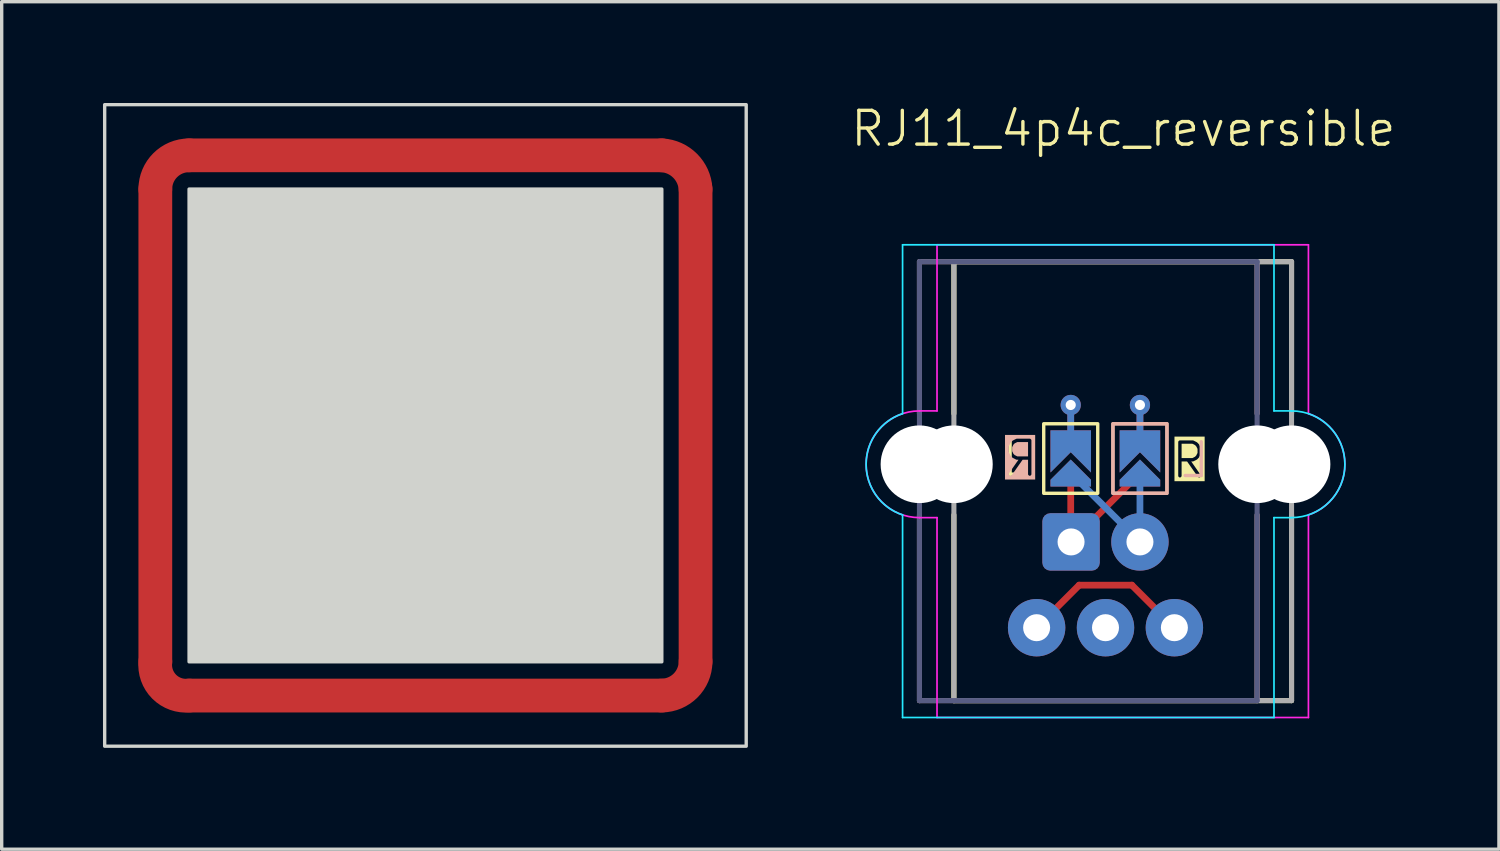
<source format=kicad_pcb>
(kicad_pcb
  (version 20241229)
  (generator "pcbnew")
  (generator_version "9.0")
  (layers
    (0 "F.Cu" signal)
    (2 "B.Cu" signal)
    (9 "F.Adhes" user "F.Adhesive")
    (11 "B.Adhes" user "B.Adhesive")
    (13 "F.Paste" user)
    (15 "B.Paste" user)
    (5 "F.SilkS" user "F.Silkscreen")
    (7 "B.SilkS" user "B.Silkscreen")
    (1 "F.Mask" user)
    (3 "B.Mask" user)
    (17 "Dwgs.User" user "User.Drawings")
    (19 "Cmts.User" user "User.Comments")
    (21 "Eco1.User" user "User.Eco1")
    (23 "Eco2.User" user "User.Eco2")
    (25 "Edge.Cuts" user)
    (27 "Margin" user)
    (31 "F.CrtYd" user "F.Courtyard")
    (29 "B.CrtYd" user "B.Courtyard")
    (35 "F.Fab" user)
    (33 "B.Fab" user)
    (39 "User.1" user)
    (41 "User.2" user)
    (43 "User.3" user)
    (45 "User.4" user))
  (footprint "RJ11_4p4c_reversible"
    (layer "F.Cu")
    (at 30.201 10.7)
    (property "Reference" "RJ11_4p4c_reversible" (at 0.02 -9.94 0) (unlocked yes) (layer "F.SilkS") (effects (font (size 1 1) (thickness 0.1))))
    (attr through_hole)
    (fp_line (start -2.55 4.84) (end -1.29 3.58) (stroke (width 0.2) (type default)) (layer "F.Cu"))
    (fp_line (start -1.54 -1.756) (end -1.54 -0.756) (stroke (width 0.2) (type default)) (layer "F.Cu"))
    (fp_line (start -1.54 0.26) (end -1.54 2.36) (stroke (width 0.2) (type default)) (layer "F.Cu"))
    (fp_line (start -1.53 2.3) (end 0.51 0.26) (stroke (width 0.2) (type default)) (layer "F.Cu"))
    (fp_line (start -1.29 3.58) (end 0.27 3.58) (stroke (width 0.2) (type default)) (layer "F.Cu"))
    (fp_line (start 0.51 -1.756) (end 0.51 -0.756) (stroke (width 0.2) (type default)) (layer "F.Cu"))
    (fp_line (start 1.53 4.84) (end 0.27 3.58) (stroke (width 0.2) (type default)) (layer "F.Cu"))
    (fp_poly (pts (xy -2.048 -0.502) (xy -1.032 -0.502) (xy -1.032 0.514) (xy -2.048 0.514)) (stroke (width 0.1) (type solid)) (fill yes) (layer "F.Mask"))
    (fp_poly (pts (xy 0.002 -0.502) (xy 1.018 -0.502) (xy 1.018 0.514) (xy 0.002 0.514)) (stroke (width 0.1) (type solid)) (fill yes) (layer "F.Mask"))
    (fp_line (start -1.54 -1.756) (end -1.54 -0.756) (stroke (width 0.2) (type default)) (layer "B.Cu"))
    (fp_line (start 0.51 -1.756) (end 0.51 -0.756) (stroke (width 0.2) (type default)) (layer "B.Cu"))
    (fp_line (start 0.51 0.26) (end 0.51 2.3) (stroke (width 0.2) (type default)) (layer "B.Cu"))
    (fp_line (start 0.51 2.3) (end -1.54 0.26) (stroke (width 0.2) (type default)) (layer "B.Cu"))
    (fp_poly (pts (xy -2.048 -0.502) (xy -1.032 -0.502) (xy -1.032 0.514) (xy -2.048 0.514)) (stroke (width 0.1) (type solid)) (fill yes) (layer "B.Mask"))
    (fp_poly (pts (xy 0.002 -0.502) (xy 1.018 -0.502) (xy 1.018 0.514) (xy 0.002 0.514)) (stroke (width 0.1) (type solid)) (fill yes) (layer "B.Mask"))
    (fp_line (start -5 -6) (end 5 -6) (stroke (width 0.15) (type default)) (layer "F.SilkS"))
    (fp_line (start -5 -1.5) (end -5 -6) (stroke (width 0.15) (type default)) (layer "F.SilkS"))
    (fp_line (start -5 7) (end -5 1.5) (stroke (width 0.15) (type default)) (layer "F.SilkS"))
    (fp_line (start -5 7) (end 5 7) (stroke (width 0.15) (type default)) (layer "F.SilkS"))
    (fp_line (start 5 -1.5) (end 5 -6) (stroke (width 0.15) (type default)) (layer "F.SilkS"))
    (fp_line (start 5 7) (end 5 1.5) (stroke (width 0.15) (type default)) (layer "F.SilkS"))
    (fp_rect (start -2.34 -1.2) (end -0.74 0.86) (stroke (width 0.1) (type default)) (fill no) (layer "F.SilkS"))
    (fp_line (start -6.02 -1.5) (end -6.02 -6) (stroke (width 0.15) (type default)) (layer "B.SilkS"))
    (fp_line (start -6.02 7) (end -6.02 1.5) (stroke (width 0.15) (type default)) (layer "B.SilkS"))
    (fp_line (start 3.98 -6) (end -6.02 -6) (stroke (width 0.15) (type default)) (layer "B.SilkS"))
    (fp_line (start 3.98 -1.5) (end 3.98 -6) (stroke (width 0.15) (type default)) (layer "B.SilkS"))
    (fp_line (start 3.98 7) (end -6.02 7) (stroke (width 0.15) (type default)) (layer "B.SilkS"))
    (fp_line (start 3.98 7) (end 3.98 1.5) (stroke (width 0.15) (type default)) (layer "B.SilkS"))
    (fp_rect (start -0.29 -1.2) (end 1.31 0.86) (stroke (width 0.1) (type default)) (fill no) (layer "B.SilkS"))
    (fp_rect (start -0.29 -1.2) (end 1.31 0.86) (stroke (width 0.1) (type default)) (fill no) (layer "B.SilkS"))
    (fp_line (start -6.52 -1.5) (end -6.52 -6.5) (stroke (width 0.05) (type default)) (layer "B.CrtYd"))
    (fp_line (start -6.52 7.5) (end -6.52 1.5) (stroke (width 0.05) (type default)) (layer "B.CrtYd"))
    (fp_line (start 4.48 -6.5) (end -6.52 -6.5) (stroke (width 0.05) (type default)) (layer "B.CrtYd"))
    (fp_line (start 4.48 -1.58) (end 4.48 -6.5) (stroke (width 0.05) (type default)) (layer "B.CrtYd"))
    (fp_line (start 4.48 7.5) (end -6.52 7.5) (stroke (width 0.05) (type default)) (layer "B.CrtYd"))
    (fp_line (start 4.48 7.5) (end 4.48 1.58) (stroke (width 0.05) (type default)) (layer "B.CrtYd"))
    (fp_line (start 5 -1.58) (end 4.48 -1.58) (stroke (width 0.05) (type default)) (layer "B.CrtYd"))
    (fp_line (start 5 1.58) (end 4.48 1.58) (stroke (width 0.05) (type default)) (layer "B.CrtYd"))
    (fp_arc (start -6.52 1.5) (mid -7.599849 0) (end -6.52 -1.5) (stroke (width 0.05) (type default)) (layer "B.CrtYd"))
    (fp_arc (start 5 -1.58) (mid 6.58 0) (end 5 1.58) (stroke (width 0.05) (type default)) (layer "B.CrtYd"))
    (fp_line (start -6.02 -1.58) (end -5.5 -1.58) (stroke (width 0.05) (type default)) (layer "F.CrtYd"))
    (fp_line (start -6.02 1.58) (end -5.5 1.58) (stroke (width 0.05) (type default)) (layer "F.CrtYd"))
    (fp_line (start -5.5 -6.5) (end 5.5 -6.5) (stroke (width 0.05) (type default)) (layer "F.CrtYd"))
    (fp_line (start -5.5 -1.58) (end -5.5 -6.5) (stroke (width 0.05) (type default)) (layer "F.CrtYd"))
    (fp_line (start -5.5 7.5) (end -5.5 1.58) (stroke (width 0.05) (type default)) (layer "F.CrtYd"))
    (fp_line (start -5.5 7.5) (end 5.5 7.5) (stroke (width 0.05) (type default)) (layer "F.CrtYd"))
    (fp_line (start 5.5 -1.5) (end 5.5 -6.5) (stroke (width 0.05) (type default)) (layer "F.CrtYd"))
    (fp_line (start 5.5 7.5) (end 5.5 1.5) (stroke (width 0.05) (type default)) (layer "F.CrtYd"))
    (fp_arc (start -6.02 1.58) (mid -7.6 0) (end -6.02 -1.58) (stroke (width 0.05) (type default)) (layer "F.CrtYd"))
    (fp_arc (start 5.5 -1.5) (mid 6.579848 0) (end 5.5 1.5) (stroke (width 0.05) (type default)) (layer "F.CrtYd"))
    (fp_line (start -6.02 -6) (end 3.98 -6) (stroke (width 0.15) (type default)) (layer "B.Fab"))
    (fp_line (start -6.02 7) (end -6.02 -6) (stroke (width 0.15) (type default)) (layer "B.Fab"))
    (fp_line (start 3.98 7) (end -6.02 7) (stroke (width 0.15) (type default)) (layer "B.Fab"))
    (fp_line (start 3.98 7) (end 3.98 -6) (stroke (width 0.15) (type default)) (layer "B.Fab"))
    (fp_line (start -5 7) (end -5 -6) (stroke (width 0.15) (type default)) (layer "F.Fab"))
    (fp_line (start -5 7) (end 5 7) (stroke (width 0.15) (type default)) (layer "F.Fab"))
    (fp_line (start 5 -6) (end -5 -6) (stroke (width 0.15) (type default)) (layer "F.Fab"))
    (fp_line (start 5 7) (end 5 -6) (stroke (width 0.15) (type default)) (layer "F.Fab"))
    (fp_text user "R" (at 1.39 0.47 0) (unlocked yes) (layer "F.SilkS" knockout) (effects (font (size 1 1) (thickness 0.1)) (justify left bottom)))
    (fp_text user "L" (at -3.64 0.42 0) (unlocked yes) (layer "F.SilkS") (effects (font (size 1 1) (thickness 0.1)) (justify left bottom)))
    (fp_text user "R" (at -2.45 0.42 0) (unlocked yes) (layer "B.SilkS" knockout) (effects (font (size 1 1) (thickness 0.1)) (justify left bottom mirror)))
    (fp_text user "L" (at 2.63 0.46 0) (unlocked yes) (layer "B.SilkS") (effects (font (size 1 1) (thickness 0.1)) (justify left bottom mirror)))
    (pad "" np_thru_hole circle (at -6.02 0) (size 2.3 2.3) (drill 2.3) (layers "*.Cu" "*.Mask"))
    (pad "" np_thru_hole circle (at -5 0) (size 2.3 2.3) (drill 2.3) (layers "*.Cu" "*.Mask"))
    (pad "" smd custom (at -1.54 -0.756 180) (size 1.2 0.5) (layers "F.Cu" "F.Mask") (options (anchor rect)) (primitives (gr_poly (pts (xy 0.6 0) (xy -0.6 0) (xy -0.6 -1) (xy 0 -0.4) (xy 0.6 -1)) (width 0) (fill yes))))
    (pad "" smd custom (at -1.54 -0.756 180) (size 1.2 0.5) (layers "B.Cu" "B.Mask") (options (anchor rect)) (primitives (gr_poly (pts (xy 0.6 0) (xy -0.6 0) (xy -0.6 -1) (xy 0 -0.4) (xy 0.6 -1)) (width 0) (fill yes))))
    (pad "" smd custom (at -1.54 0.26 180) (size 0.1 0.1) (layers "F.Cu" "F.Mask") (options (anchor rect)) (primitives (gr_poly (pts (xy 0.6 -0.2) (xy 0 0.4) (xy -0.6 -0.2) (xy -0.6 -0.4) (xy 0.6 -0.4)) (width 0) (fill yes))))
    (pad "" smd custom (at -1.54 0.26 180) (size 0.1 0.1) (layers "B.Cu" "B.Mask") (options (anchor rect)) (primitives (gr_poly (pts (xy 0.6 -0.2) (xy 0 0.4) (xy -0.6 -0.2) (xy -0.6 -0.4) (xy 0.6 -0.4)) (width 0) (fill yes))))
    (pad "" thru_hole roundrect (at -1.53 2.3) (size 1.7 1.7) (drill 0.8) (layers "*.Cu" "*.Mask") (roundrect_rratio 0.139))
    (pad "" smd custom (at 0.51 -0.756 180) (size 1.2 0.5) (layers "F.Cu" "F.Mask") (options (anchor rect)) (primitives (gr_poly (pts (xy 0.6 0) (xy -0.6 0) (xy -0.6 -1) (xy 0 -0.4) (xy 0.6 -1)) (width 0) (fill yes))))
    (pad "" smd custom (at 0.51 -0.756 180) (size 1.2 0.5) (layers "B.Cu" "B.Mask") (options (anchor rect)) (primitives (gr_poly (pts (xy 0.6 0) (xy -0.6 0) (xy -0.6 -1) (xy 0 -0.4) (xy 0.6 -1)) (width 0) (fill yes))))
    (pad "" smd custom (at 0.51 0.26 180) (size 0.1 0.1) (layers "F.Cu" "F.Mask") (options (anchor rect)) (primitives (gr_poly (pts (xy 0.6 -0.2) (xy 0 0.4) (xy -0.6 -0.2) (xy -0.6 -0.4) (xy 0.6 -0.4)) (width 0) (fill yes))))
    (pad "" smd custom (at 0.51 0.26 180) (size 0.1 0.1) (layers "B.Cu" "B.Mask") (options (anchor rect)) (primitives (gr_poly (pts (xy 0.6 -0.2) (xy 0 0.4) (xy -0.6 -0.2) (xy -0.6 -0.4) (xy 0.6 -0.4)) (width 0) (fill yes))))
    (pad "" thru_hole circle (at 0.51 2.3) (size 1.7 1.7) (drill 0.8) (layers "*.Cu" "*.Mask"))
    (pad "" np_thru_hole circle (at 3.98 0) (size 2.3 2.3) (drill 2.3) (layers "*.Cu" "*.Mask"))
    (pad "" np_thru_hole circle (at 5 0) (size 2.3 2.3) (drill 2.3) (layers "*.Cu" "*.Mask"))
    (pad "GND" thru_hole circle (at 0.51 -1.756 180) (size 0.6 0.6) (drill 0.3) (layers "*.Cu" "*.Mask"))
    (pad "RX" thru_hole circle (at -2.55 4.84) (size 1.7 1.7) (drill 0.8) (layers "*.Cu" "*.Mask"))
    (pad "RX" thru_hole circle (at 1.53 4.84) (size 1.7 1.7) (drill 0.8) (layers "*.Cu" "*.Mask"))
    (pad "TX" thru_hole circle (at -0.51 4.84) (size 1.7 1.7) (drill 0.8) (layers "*.Cu" "*.Mask"))
    (pad "VCC" thru_hole circle (at -1.54 -1.756 180) (size 0.6 0.6) (drill 0.3) (layers "*.Cu" "*.Mask")))
  (footprint "mx_spacer_cutout"
    (layer "F.Cu")
    (at 9.55 9.55)
    (property "Reference" "mx_spacer_cutout" (at 0 -0.5 0) (unlocked yes) (layer "F.SilkS") (effects (font (size 1 1) (thickness 0.1))))
    (attr through_hole)
    (fp_line (start -8 7) (end -8 -7) (stroke (width 1) (type default)) (layer "F.Cu"))
    (fp_line (start -7 -8) (end 7 -8) (stroke (width 1) (type default)) (layer "F.Cu"))
    (fp_line (start -7 8) (end 7 8) (stroke (width 1) (type default)) (layer "F.Cu"))
    (fp_line (start 8 7) (end 8 -7) (stroke (width 1) (type default)) (layer "F.Cu"))
    (fp_arc (start -8 -7) (mid -7.707108 -7.707108) (end -7 -8) (stroke (width 1) (type default)) (layer "F.Cu"))
    (fp_arc (start -7 8) (mid -7.737582 7.737582) (end -8 7) (stroke (width 1) (type default)) (layer "F.Cu"))
    (fp_arc (start 7 -8) (mid 7.690807 -7.690807) (end 8 -7) (stroke (width 1) (type default)) (layer "F.Cu"))
    (fp_arc (start 8 7) (mid 7.704061 7.70406) (end 7 8) (stroke (width 1) (type default)) (layer "F.Cu"))
    (fp_line (start -8 7) (end -8 -7) (stroke (width 1) (type default)) (layer "F.Mask"))
    (fp_line (start -7 -8) (end 7 -8) (stroke (width 1) (type default)) (layer "F.Mask"))
    (fp_line (start -7 8) (end 7 8) (stroke (width 1) (type default)) (layer "F.Mask"))
    (fp_line (start 8 7) (end 8 -7) (stroke (width 1) (type default)) (layer "F.Mask"))
    (fp_rect (start -9.5 -9.5) (end 9.5 9.5) (stroke (width 0.1) (type default)) (fill no) (layer "F.Mask"))
    (fp_arc (start -8 -7) (mid -7.707109 -7.707108) (end -7 -8) (stroke (width 1) (type default)) (layer "F.Mask"))
    (fp_arc (start -7 8) (mid -7.737582 7.737583) (end -8 7) (stroke (width 1) (type default)) (layer "F.Mask"))
    (fp_arc (start 7 -8) (mid 7.690807 -7.690807) (end 8 -7) (stroke (width 1) (type default)) (layer "F.Mask"))
    (fp_arc (start 8 7) (mid 7.70406 7.70406) (end 7 8) (stroke (width 1) (type default)) (layer "F.Mask"))
    (fp_rect (start -9.5 -9.5) (end 9.5 9.5) (stroke (width 0.1) (type default)) (fill no) (layer "Edge.Cuts"))
    (fp_rect (start -7 -7) (end 7 7) (stroke (width 0.1) (type solid)) (fill yes) (layer "Edge.Cuts"))
    (fp_text user "${REFERENCE}" (at 0 2.5 0) (unlocked yes) (layer "F.Fab") (effects (font (size 1 1) (thickness 0.15)))))
  (gr_rect
    (start -3 -3)
    (end 41.343 22.1)
    (stroke (width 0.1) (type default))
    (fill no)
    (layer "Edge.Cuts")))
</source>
